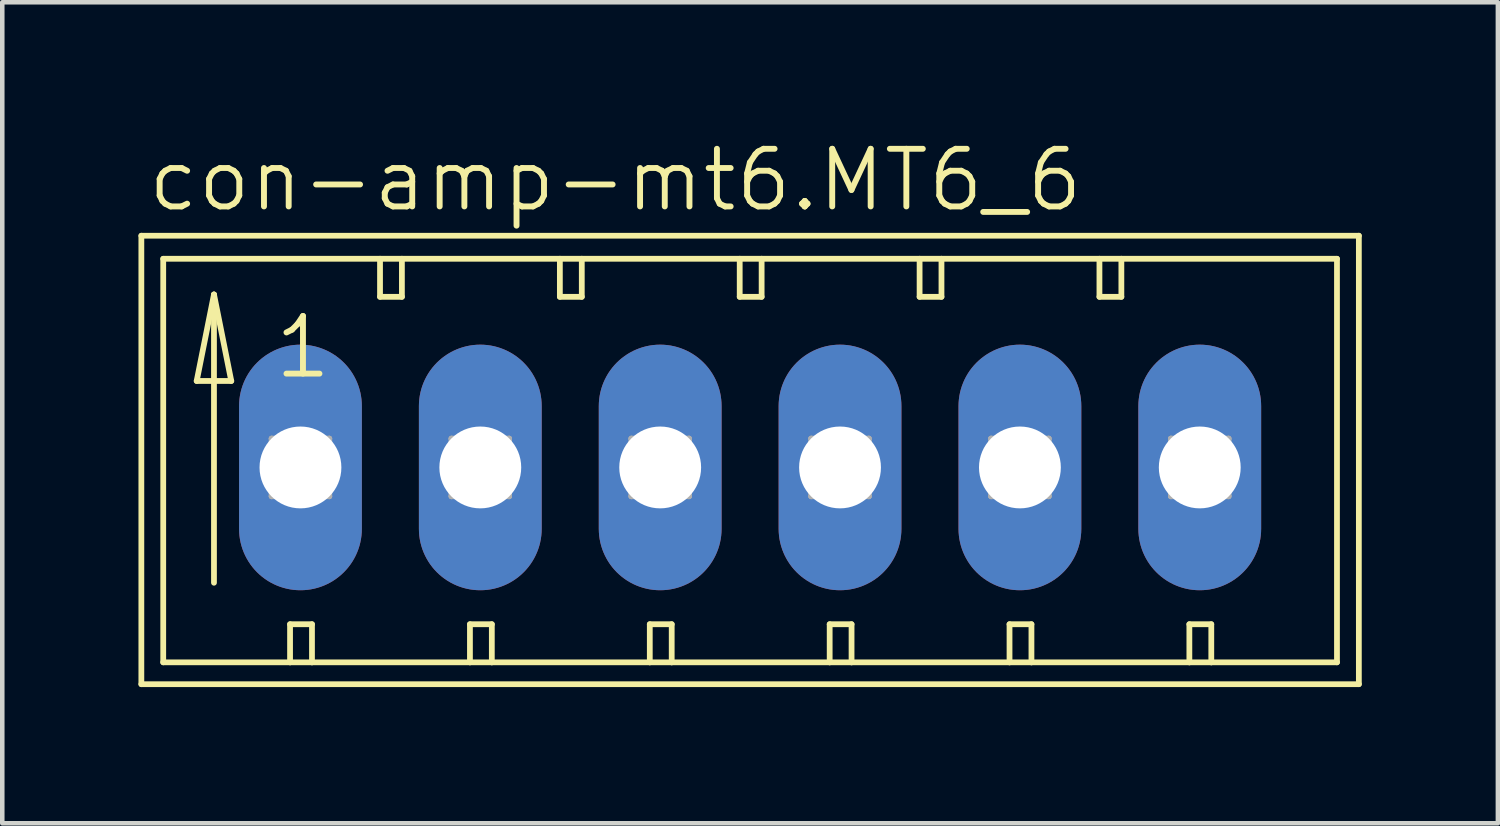
<source format=kicad_pcb>
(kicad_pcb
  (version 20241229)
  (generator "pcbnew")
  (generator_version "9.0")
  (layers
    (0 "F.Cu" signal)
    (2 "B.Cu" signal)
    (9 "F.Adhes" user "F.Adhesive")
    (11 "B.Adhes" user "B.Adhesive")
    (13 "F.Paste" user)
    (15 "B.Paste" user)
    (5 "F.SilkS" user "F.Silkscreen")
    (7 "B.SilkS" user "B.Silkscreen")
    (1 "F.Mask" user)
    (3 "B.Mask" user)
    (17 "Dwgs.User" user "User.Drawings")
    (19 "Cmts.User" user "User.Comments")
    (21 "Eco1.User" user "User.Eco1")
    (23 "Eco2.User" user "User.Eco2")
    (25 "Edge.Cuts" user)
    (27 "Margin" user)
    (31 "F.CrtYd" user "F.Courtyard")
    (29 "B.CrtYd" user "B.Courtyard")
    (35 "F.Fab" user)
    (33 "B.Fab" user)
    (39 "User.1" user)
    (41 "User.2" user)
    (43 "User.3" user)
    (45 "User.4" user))
  (footprint "con-amp-mt6.MT6_6"
    (layer "F.Cu")
    (at 1.029 7.248)
    (property "Reference" "con-amp-mt6.MT6_6" (at -0.889 -5.588 0) (layer "F.SilkS") (effects (font (size 1.27 1.27) (thickness 0.13)) (justify left bottom)))
    (attr through_hole)
    (fp_line (start -0.965 -5.105) (end -0.965 4.775) (stroke (width 0.127) (type default)) (layer "F.SilkS"))
    (fp_line (start -0.965 4.775) (end 25.857 4.775) (stroke (width 0.127) (type default)) (layer "F.SilkS"))
    (fp_line (start -0.483 -4.597) (end -0.483 4.293) (stroke (width 0.127) (type default)) (layer "F.SilkS"))
    (fp_line (start -0.483 4.293) (end 2.311 4.293) (stroke (width 0.127) (type default)) (layer "F.SilkS"))
    (fp_line (start 0.254 -1.905) (end 1.016 -1.905) (stroke (width 0.127) (type default)) (layer "F.SilkS"))
    (fp_line (start 0.635 -3.81) (end 0.254 -1.905) (stroke (width 0.127) (type default)) (layer "F.SilkS"))
    (fp_line (start 0.635 -3.81) (end 1.016 -1.905) (stroke (width 0.127) (type default)) (layer "F.SilkS"))
    (fp_line (start 0.635 2.54) (end 0.635 -3.81) (stroke (width 0.127) (type default)) (layer "F.SilkS"))
    (fp_line (start 2.311 3.454) (end 2.311 4.293) (stroke (width 0.127) (type default)) (layer "F.SilkS"))
    (fp_line (start 2.311 3.454) (end 2.794 3.454) (stroke (width 0.127) (type default)) (layer "F.SilkS"))
    (fp_line (start 2.311 4.293) (end 2.794 4.293) (stroke (width 0.127) (type default)) (layer "F.SilkS"))
    (fp_line (start 2.794 3.454) (end 2.794 4.293) (stroke (width 0.127) (type default)) (layer "F.SilkS"))
    (fp_line (start 2.794 4.293) (end 6.274 4.293) (stroke (width 0.127) (type default)) (layer "F.SilkS"))
    (fp_line (start 4.293 -4.597) (end -0.483 -4.597) (stroke (width 0.127) (type default)) (layer "F.SilkS"))
    (fp_line (start 4.293 -4.597) (end 4.293 -3.759) (stroke (width 0.127) (type default)) (layer "F.SilkS"))
    (fp_line (start 4.293 -3.759) (end 4.775 -3.759) (stroke (width 0.127) (type default)) (layer "F.SilkS"))
    (fp_line (start 4.775 -4.597) (end 4.293 -4.597) (stroke (width 0.127) (type default)) (layer "F.SilkS"))
    (fp_line (start 4.775 -3.759) (end 4.775 -4.597) (stroke (width 0.127) (type default)) (layer "F.SilkS"))
    (fp_line (start 6.274 3.454) (end 6.274 4.293) (stroke (width 0.127) (type default)) (layer "F.SilkS"))
    (fp_line (start 6.274 3.454) (end 6.756 3.454) (stroke (width 0.127) (type default)) (layer "F.SilkS"))
    (fp_line (start 6.274 4.293) (end 6.756 4.293) (stroke (width 0.127) (type default)) (layer "F.SilkS"))
    (fp_line (start 6.756 3.454) (end 6.756 4.293) (stroke (width 0.127) (type default)) (layer "F.SilkS"))
    (fp_line (start 6.756 4.293) (end 10.236 4.293) (stroke (width 0.127) (type default)) (layer "F.SilkS"))
    (fp_line (start 8.255 -4.597) (end 4.775 -4.597) (stroke (width 0.127) (type default)) (layer "F.SilkS"))
    (fp_line (start 8.255 -3.759) (end 8.255 -4.597) (stroke (width 0.127) (type default)) (layer "F.SilkS"))
    (fp_line (start 8.255 -3.759) (end 8.738 -3.759) (stroke (width 0.127) (type default)) (layer "F.SilkS"))
    (fp_line (start 8.738 -4.597) (end 8.255 -4.597) (stroke (width 0.127) (type default)) (layer "F.SilkS"))
    (fp_line (start 8.738 -3.759) (end 8.738 -4.597) (stroke (width 0.127) (type default)) (layer "F.SilkS"))
    (fp_line (start 10.236 3.454) (end 10.236 4.293) (stroke (width 0.127) (type default)) (layer "F.SilkS"))
    (fp_line (start 10.236 3.454) (end 10.719 3.454) (stroke (width 0.127) (type default)) (layer "F.SilkS"))
    (fp_line (start 10.236 4.293) (end 10.719 4.293) (stroke (width 0.127) (type default)) (layer "F.SilkS"))
    (fp_line (start 10.719 3.454) (end 10.719 4.293) (stroke (width 0.127) (type default)) (layer "F.SilkS"))
    (fp_line (start 10.719 4.293) (end 14.199 4.293) (stroke (width 0.127) (type default)) (layer "F.SilkS"))
    (fp_line (start 12.217 -4.597) (end 8.738 -4.597) (stroke (width 0.127) (type default)) (layer "F.SilkS"))
    (fp_line (start 12.217 -3.759) (end 12.217 -4.597) (stroke (width 0.127) (type default)) (layer "F.SilkS"))
    (fp_line (start 12.217 -3.759) (end 12.7 -3.759) (stroke (width 0.127) (type default)) (layer "F.SilkS"))
    (fp_line (start 12.7 -4.597) (end 12.217 -4.597) (stroke (width 0.127) (type default)) (layer "F.SilkS"))
    (fp_line (start 12.7 -3.759) (end 12.7 -4.597) (stroke (width 0.127) (type default)) (layer "F.SilkS"))
    (fp_line (start 14.199 3.454) (end 14.199 4.293) (stroke (width 0.127) (type default)) (layer "F.SilkS"))
    (fp_line (start 14.199 3.454) (end 14.681 3.454) (stroke (width 0.127) (type default)) (layer "F.SilkS"))
    (fp_line (start 14.199 4.293) (end 14.681 4.293) (stroke (width 0.127) (type default)) (layer "F.SilkS"))
    (fp_line (start 14.681 3.454) (end 14.681 4.293) (stroke (width 0.127) (type default)) (layer "F.SilkS"))
    (fp_line (start 14.681 4.293) (end 18.161 4.293) (stroke (width 0.127) (type default)) (layer "F.SilkS"))
    (fp_line (start 16.18 -4.597) (end 12.7 -4.597) (stroke (width 0.127) (type default)) (layer "F.SilkS"))
    (fp_line (start 16.18 -3.759) (end 16.18 -4.597) (stroke (width 0.127) (type default)) (layer "F.SilkS"))
    (fp_line (start 16.18 -3.759) (end 16.662 -3.759) (stroke (width 0.127) (type default)) (layer "F.SilkS"))
    (fp_line (start 16.662 -4.597) (end 16.18 -4.597) (stroke (width 0.127) (type default)) (layer "F.SilkS"))
    (fp_line (start 16.662 -3.759) (end 16.662 -4.597) (stroke (width 0.127) (type default)) (layer "F.SilkS"))
    (fp_line (start 18.161 3.454) (end 18.161 4.293) (stroke (width 0.127) (type default)) (layer "F.SilkS"))
    (fp_line (start 18.161 3.454) (end 18.644 3.454) (stroke (width 0.127) (type default)) (layer "F.SilkS"))
    (fp_line (start 18.161 4.293) (end 18.644 4.293) (stroke (width 0.127) (type default)) (layer "F.SilkS"))
    (fp_line (start 18.644 3.454) (end 18.644 4.293) (stroke (width 0.127) (type default)) (layer "F.SilkS"))
    (fp_line (start 18.644 4.293) (end 22.123 4.293) (stroke (width 0.127) (type default)) (layer "F.SilkS"))
    (fp_line (start 20.142 -4.597) (end 16.662 -4.597) (stroke (width 0.127) (type default)) (layer "F.SilkS"))
    (fp_line (start 20.142 -3.759) (end 20.142 -4.597) (stroke (width 0.127) (type default)) (layer "F.SilkS"))
    (fp_line (start 20.142 -3.759) (end 20.625 -3.759) (stroke (width 0.127) (type default)) (layer "F.SilkS"))
    (fp_line (start 20.625 -4.597) (end 20.142 -4.597) (stroke (width 0.127) (type default)) (layer "F.SilkS"))
    (fp_line (start 20.625 -3.759) (end 20.625 -4.597) (stroke (width 0.127) (type default)) (layer "F.SilkS"))
    (fp_line (start 22.123 3.454) (end 22.123 4.293) (stroke (width 0.127) (type default)) (layer "F.SilkS"))
    (fp_line (start 22.123 3.454) (end 22.606 3.454) (stroke (width 0.127) (type default)) (layer "F.SilkS"))
    (fp_line (start 22.123 4.293) (end 22.606 4.293) (stroke (width 0.127) (type default)) (layer "F.SilkS"))
    (fp_line (start 22.606 3.454) (end 22.606 4.293) (stroke (width 0.127) (type default)) (layer "F.SilkS"))
    (fp_line (start 22.606 4.293) (end 25.375 4.293) (stroke (width 0.127) (type default)) (layer "F.SilkS"))
    (fp_line (start 25.375 -4.597) (end 20.625 -4.597) (stroke (width 0.127) (type default)) (layer "F.SilkS"))
    (fp_line (start 25.375 4.293) (end 25.375 -4.597) (stroke (width 0.127) (type default)) (layer "F.SilkS"))
    (fp_line (start 25.857 -5.105) (end -0.965 -5.105) (stroke (width 0.127) (type default)) (layer "F.SilkS"))
    (fp_line (start 25.857 4.775) (end 25.857 -5.105) (stroke (width 0.127) (type default)) (layer "F.SilkS"))
    (fp_line (start 1.905 -0.635) (end 1.905 0.635) (stroke (width 0.127) (type default)) (layer "F.Fab"))
    (fp_line (start 1.905 -0.635) (end 3.175 0.635) (stroke (width 0.127) (type default)) (layer "F.Fab"))
    (fp_line (start 1.905 0.635) (end 3.175 0.635) (stroke (width 0.127) (type default)) (layer "F.Fab"))
    (fp_line (start 3.175 -0.635) (end 1.905 -0.635) (stroke (width 0.127) (type default)) (layer "F.Fab"))
    (fp_line (start 3.175 -0.635) (end 1.905 0.635) (stroke (width 0.127) (type default)) (layer "F.Fab"))
    (fp_line (start 3.175 0.635) (end 3.175 -0.635) (stroke (width 0.127) (type default)) (layer "F.Fab"))
    (fp_line (start 5.867 -0.635) (end 5.867 0.635) (stroke (width 0.127) (type default)) (layer "F.Fab"))
    (fp_line (start 5.867 -0.635) (end 7.137 0.635) (stroke (width 0.127) (type default)) (layer "F.Fab"))
    (fp_line (start 5.867 0.635) (end 7.137 0.635) (stroke (width 0.127) (type default)) (layer "F.Fab"))
    (fp_line (start 7.137 -0.635) (end 5.867 -0.635) (stroke (width 0.127) (type default)) (layer "F.Fab"))
    (fp_line (start 7.137 -0.635) (end 5.867 0.635) (stroke (width 0.127) (type default)) (layer "F.Fab"))
    (fp_line (start 7.137 0.635) (end 7.137 -0.635) (stroke (width 0.127) (type default)) (layer "F.Fab"))
    (fp_line (start 9.83 -0.635) (end 9.83 0.635) (stroke (width 0.127) (type default)) (layer "F.Fab"))
    (fp_line (start 9.83 -0.635) (end 11.1 0.635) (stroke (width 0.127) (type default)) (layer "F.Fab"))
    (fp_line (start 9.83 0.635) (end 11.1 0.635) (stroke (width 0.127) (type default)) (layer "F.Fab"))
    (fp_line (start 11.1 -0.635) (end 9.83 -0.635) (stroke (width 0.127) (type default)) (layer "F.Fab"))
    (fp_line (start 11.1 -0.635) (end 9.83 0.635) (stroke (width 0.127) (type default)) (layer "F.Fab"))
    (fp_line (start 11.1 0.635) (end 11.1 -0.635) (stroke (width 0.127) (type default)) (layer "F.Fab"))
    (fp_line (start 13.792 -0.635) (end 13.792 0.635) (stroke (width 0.127) (type default)) (layer "F.Fab"))
    (fp_line (start 13.792 -0.635) (end 15.062 0.635) (stroke (width 0.127) (type default)) (layer "F.Fab"))
    (fp_line (start 13.792 0.635) (end 15.062 0.635) (stroke (width 0.127) (type default)) (layer "F.Fab"))
    (fp_line (start 15.062 -0.635) (end 13.792 -0.635) (stroke (width 0.127) (type default)) (layer "F.Fab"))
    (fp_line (start 15.062 -0.635) (end 13.792 0.635) (stroke (width 0.127) (type default)) (layer "F.Fab"))
    (fp_line (start 15.062 0.635) (end 15.062 -0.635) (stroke (width 0.127) (type default)) (layer "F.Fab"))
    (fp_line (start 17.755 -0.635) (end 17.755 0.635) (stroke (width 0.127) (type default)) (layer "F.Fab"))
    (fp_line (start 17.755 -0.635) (end 19.025 0.635) (stroke (width 0.127) (type default)) (layer "F.Fab"))
    (fp_line (start 17.755 0.635) (end 19.025 0.635) (stroke (width 0.127) (type default)) (layer "F.Fab"))
    (fp_line (start 19.025 -0.635) (end 17.755 -0.635) (stroke (width 0.127) (type default)) (layer "F.Fab"))
    (fp_line (start 19.025 -0.635) (end 17.755 0.635) (stroke (width 0.127) (type default)) (layer "F.Fab"))
    (fp_line (start 19.025 0.635) (end 19.025 -0.635) (stroke (width 0.127) (type default)) (layer "F.Fab"))
    (fp_line (start 21.717 -0.635) (end 21.717 0.635) (stroke (width 0.127) (type default)) (layer "F.Fab"))
    (fp_line (start 21.717 -0.635) (end 22.987 0.635) (stroke (width 0.127) (type default)) (layer "F.Fab"))
    (fp_line (start 21.717 0.635) (end 22.987 0.635) (stroke (width 0.127) (type default)) (layer "F.Fab"))
    (fp_line (start 22.987 -0.635) (end 21.717 -0.635) (stroke (width 0.127) (type default)) (layer "F.Fab"))
    (fp_line (start 22.987 -0.635) (end 21.717 0.635) (stroke (width 0.127) (type default)) (layer "F.Fab"))
    (fp_line (start 22.987 0.635) (end 22.987 -0.635) (stroke (width 0.127) (type default)) (layer "F.Fab"))
    (fp_text user "1" (at 1.905 -1.905 0) (layer "F.SilkS") (effects (font (size 1.27 1.27) (thickness 0.13)) (justify left bottom)))
    (pad "1" thru_hole oval (at 2.54 0 90) (size 5.41 2.705) (drill 1.803) (layers "*.Cu" "*.Mask"))
    (pad "2" thru_hole oval (at 6.502 0 90) (size 5.41 2.705) (drill 1.803) (layers "*.Cu" "*.Mask"))
    (pad "3" thru_hole oval (at 10.465 0 90) (size 5.41 2.705) (drill 1.803) (layers "*.Cu" "*.Mask"))
    (pad "4" thru_hole oval (at 14.427 0 90) (size 5.41 2.705) (drill 1.803) (layers "*.Cu" "*.Mask"))
    (pad "5" thru_hole oval (at 18.39 0 90) (size 5.41 2.705) (drill 1.803) (layers "*.Cu" "*.Mask"))
    (pad "6" thru_hole oval (at 22.352 0 90) (size 5.41 2.705) (drill 1.803) (layers "*.Cu" "*.Mask")))
  (gr_rect
    (start -3 -3)
    (end 29.949 15.087)
    (stroke (width 0.1) (type default))
    (fill no)
    (layer "Edge.Cuts")))
</source>
